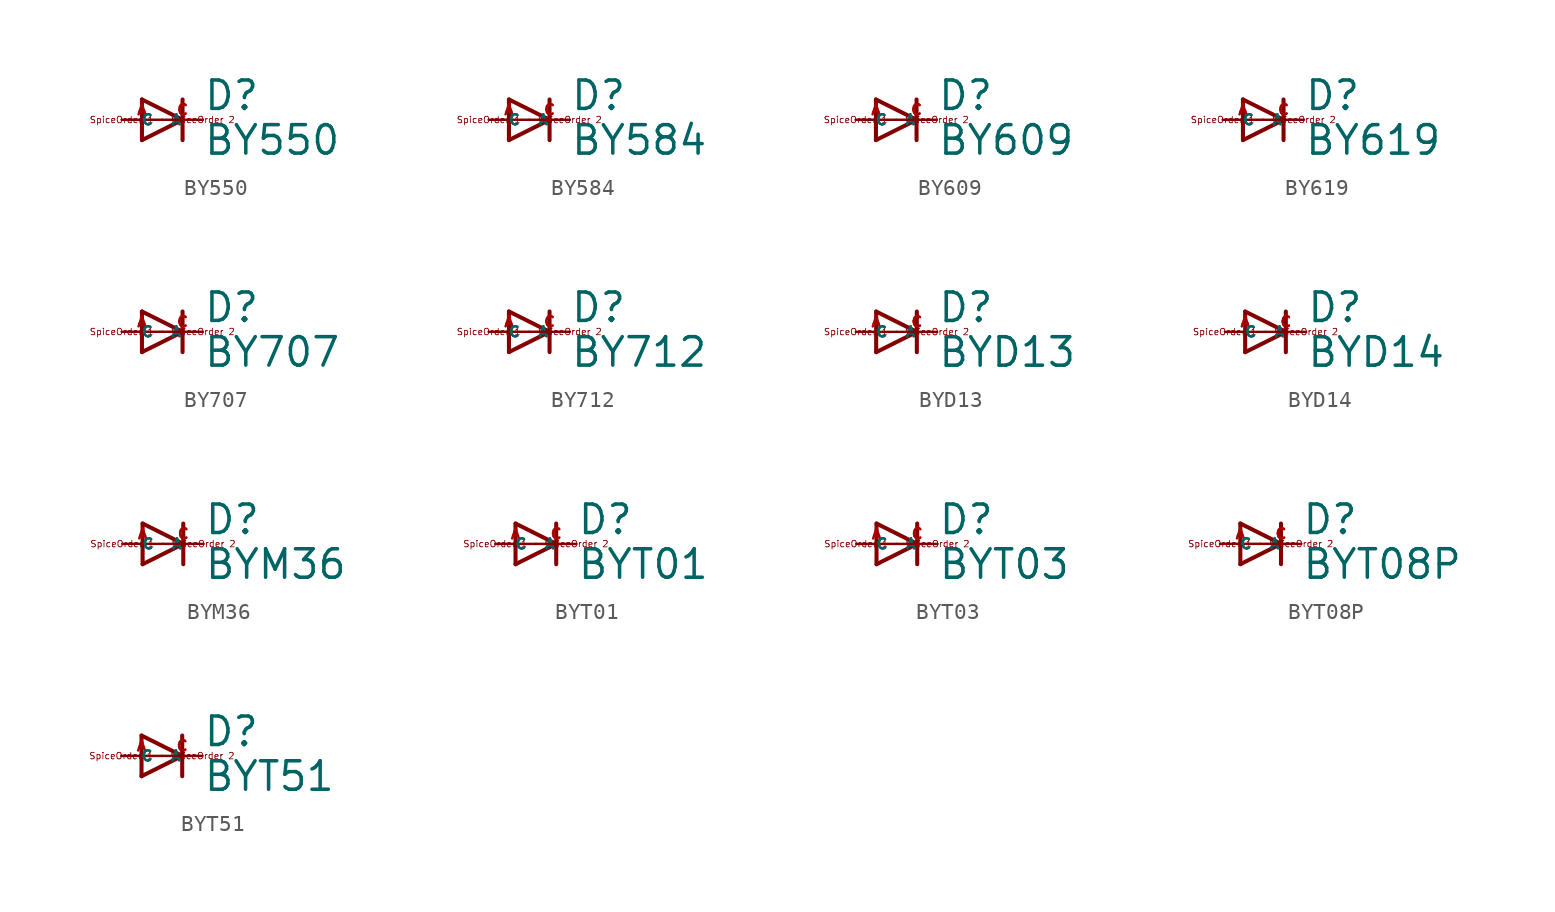
<source format=kicad_sym>
(kicad_symbol_lib
  (version 20220914)
  (generator Eagle2Kicad)
  (symbol "BY550"
    (property "Reference" "D"
      (at 2.54 0.483 0)
      (effects (font (size 1.778 1.778) (thickness 0.22)) (justify left bottom)))
    (property "Value" "BY550"
      (at 2.54 -2.311 0)
      (effects (font (size 1.778 1.778) (thickness 0.22)) (justify left bottom)))
    (polyline
      (pts (xy -1.27 -1.27) (xy 1.27 0))
      (stroke (width 0.254) (type default))
      (fill (type none)))
    (polyline
      (pts (xy 1.27 0) (xy -1.27 1.27))
      (stroke (width 0.254) (type default))
      (fill (type none)))
    (polyline
      (pts (xy 1.27 1.27) (xy 1.27 0))
      (stroke (width 0.254) (type default))
      (fill (type none)))
    (polyline
      (pts (xy -1.27 1.27) (xy -1.27 -1.27))
      (stroke (width 0.254) (type default))
      (fill (type none)))
    (polyline
      (pts (xy 1.27 0) (xy 1.27 -1.27))
      (stroke (width 0.254) (type default))
      (fill (type none)))
    (text "SpiceOrder 1"
      (at -2.54 0 0)
      (effects (font (size 0.406 0.406) (thickness 0.05))))
    (text "SpiceOrder 2"
      (at 2.54 0 0)
      (effects (font (size 0.406 0.406) (thickness 0.05))))
    (pin passive line
      (at -2.54 0 0)
      (length 2.54)
      (name "A" (effects (font (size 0.635 0.635) (thickness 0.08)) (justify left bottom)))
      (number "A" (effects (font (size 0.635 0.635) (thickness 0.08)) (justify left bottom))))
    (pin passive line
      (at 2.54 0 180)
      (length 2.54)
      (name "C" (effects (font (size 0.635 0.635) (thickness 0.08)) (justify left bottom)))
      (number "C" (effects (font (size 0.635 0.635) (thickness 0.08)) (justify left bottom)))))
  (symbol "BY584"
    (property "Reference" "D"
      (at 2.54 0.483 0)
      (effects (font (size 1.778 1.778) (thickness 0.22)) (justify left bottom)))
    (property "Value" "BY584"
      (at 2.54 -2.311 0)
      (effects (font (size 1.778 1.778) (thickness 0.22)) (justify left bottom)))
    (polyline
      (pts (xy -1.27 -1.27) (xy 1.27 0))
      (stroke (width 0.254) (type default))
      (fill (type none)))
    (polyline
      (pts (xy 1.27 0) (xy -1.27 1.27))
      (stroke (width 0.254) (type default))
      (fill (type none)))
    (polyline
      (pts (xy 1.27 1.27) (xy 1.27 0))
      (stroke (width 0.254) (type default))
      (fill (type none)))
    (polyline
      (pts (xy -1.27 1.27) (xy -1.27 -1.27))
      (stroke (width 0.254) (type default))
      (fill (type none)))
    (polyline
      (pts (xy 1.27 0) (xy 1.27 -1.27))
      (stroke (width 0.254) (type default))
      (fill (type none)))
    (text "SpiceOrder 1"
      (at -2.54 0 0)
      (effects (font (size 0.406 0.406) (thickness 0.05))))
    (text "SpiceOrder 2"
      (at 2.54 0 0)
      (effects (font (size 0.406 0.406) (thickness 0.05))))
    (pin passive line
      (at -2.54 0 0)
      (length 2.54)
      (name "A" (effects (font (size 0.635 0.635) (thickness 0.08)) (justify left bottom)))
      (number "A" (effects (font (size 0.635 0.635) (thickness 0.08)) (justify left bottom))))
    (pin passive line
      (at 2.54 0 180)
      (length 2.54)
      (name "C" (effects (font (size 0.635 0.635) (thickness 0.08)) (justify left bottom)))
      (number "C" (effects (font (size 0.635 0.635) (thickness 0.08)) (justify left bottom)))))
  (symbol "BY609"
    (property "Reference" "D"
      (at 2.54 0.483 0)
      (effects (font (size 1.778 1.778) (thickness 0.22)) (justify left bottom)))
    (property "Value" "BY609"
      (at 2.54 -2.311 0)
      (effects (font (size 1.778 1.778) (thickness 0.22)) (justify left bottom)))
    (polyline
      (pts (xy -1.27 -1.27) (xy 1.27 0))
      (stroke (width 0.254) (type default))
      (fill (type none)))
    (polyline
      (pts (xy 1.27 0) (xy -1.27 1.27))
      (stroke (width 0.254) (type default))
      (fill (type none)))
    (polyline
      (pts (xy 1.27 1.27) (xy 1.27 0))
      (stroke (width 0.254) (type default))
      (fill (type none)))
    (polyline
      (pts (xy -1.27 1.27) (xy -1.27 -1.27))
      (stroke (width 0.254) (type default))
      (fill (type none)))
    (polyline
      (pts (xy 1.27 0) (xy 1.27 -1.27))
      (stroke (width 0.254) (type default))
      (fill (type none)))
    (text "SpiceOrder 1"
      (at -2.54 0 0)
      (effects (font (size 0.406 0.406) (thickness 0.05))))
    (text "SpiceOrder 2"
      (at 2.54 0 0)
      (effects (font (size 0.406 0.406) (thickness 0.05))))
    (pin passive line
      (at -2.54 0 0)
      (length 2.54)
      (name "A" (effects (font (size 0.635 0.635) (thickness 0.08)) (justify left bottom)))
      (number "A" (effects (font (size 0.635 0.635) (thickness 0.08)) (justify left bottom))))
    (pin passive line
      (at 2.54 0 180)
      (length 2.54)
      (name "C" (effects (font (size 0.635 0.635) (thickness 0.08)) (justify left bottom)))
      (number "C" (effects (font (size 0.635 0.635) (thickness 0.08)) (justify left bottom)))))
  (symbol "BY619"
    (property "Reference" "D"
      (at 2.54 0.483 0)
      (effects (font (size 1.778 1.778) (thickness 0.22)) (justify left bottom)))
    (property "Value" "BY619"
      (at 2.54 -2.311 0)
      (effects (font (size 1.778 1.778) (thickness 0.22)) (justify left bottom)))
    (polyline
      (pts (xy -1.27 -1.27) (xy 1.27 0))
      (stroke (width 0.254) (type default))
      (fill (type none)))
    (polyline
      (pts (xy 1.27 0) (xy -1.27 1.27))
      (stroke (width 0.254) (type default))
      (fill (type none)))
    (polyline
      (pts (xy 1.27 1.27) (xy 1.27 0))
      (stroke (width 0.254) (type default))
      (fill (type none)))
    (polyline
      (pts (xy -1.27 1.27) (xy -1.27 -1.27))
      (stroke (width 0.254) (type default))
      (fill (type none)))
    (polyline
      (pts (xy 1.27 0) (xy 1.27 -1.27))
      (stroke (width 0.254) (type default))
      (fill (type none)))
    (text "SpiceOrder 1"
      (at -2.54 0 0)
      (effects (font (size 0.406 0.406) (thickness 0.05))))
    (text "SpiceOrder 2"
      (at 2.54 0 0)
      (effects (font (size 0.406 0.406) (thickness 0.05))))
    (pin passive line
      (at -2.54 0 0)
      (length 2.54)
      (name "A" (effects (font (size 0.635 0.635) (thickness 0.08)) (justify left bottom)))
      (number "A" (effects (font (size 0.635 0.635) (thickness 0.08)) (justify left bottom))))
    (pin passive line
      (at 2.54 0 180)
      (length 2.54)
      (name "C" (effects (font (size 0.635 0.635) (thickness 0.08)) (justify left bottom)))
      (number "C" (effects (font (size 0.635 0.635) (thickness 0.08)) (justify left bottom)))))
  (symbol "BY707"
    (property "Reference" "D"
      (at 2.54 0.483 0)
      (effects (font (size 1.778 1.778) (thickness 0.22)) (justify left bottom)))
    (property "Value" "BY707"
      (at 2.54 -2.311 0)
      (effects (font (size 1.778 1.778) (thickness 0.22)) (justify left bottom)))
    (polyline
      (pts (xy -1.27 -1.27) (xy 1.27 0))
      (stroke (width 0.254) (type default))
      (fill (type none)))
    (polyline
      (pts (xy 1.27 0) (xy -1.27 1.27))
      (stroke (width 0.254) (type default))
      (fill (type none)))
    (polyline
      (pts (xy 1.27 1.27) (xy 1.27 0))
      (stroke (width 0.254) (type default))
      (fill (type none)))
    (polyline
      (pts (xy -1.27 1.27) (xy -1.27 -1.27))
      (stroke (width 0.254) (type default))
      (fill (type none)))
    (polyline
      (pts (xy 1.27 0) (xy 1.27 -1.27))
      (stroke (width 0.254) (type default))
      (fill (type none)))
    (text "SpiceOrder 1"
      (at -2.54 0 0)
      (effects (font (size 0.406 0.406) (thickness 0.05))))
    (text "SpiceOrder 2"
      (at 2.54 0 0)
      (effects (font (size 0.406 0.406) (thickness 0.05))))
    (pin passive line
      (at -2.54 0 0)
      (length 2.54)
      (name "A" (effects (font (size 0.635 0.635) (thickness 0.08)) (justify left bottom)))
      (number "A" (effects (font (size 0.635 0.635) (thickness 0.08)) (justify left bottom))))
    (pin passive line
      (at 2.54 0 180)
      (length 2.54)
      (name "C" (effects (font (size 0.635 0.635) (thickness 0.08)) (justify left bottom)))
      (number "C" (effects (font (size 0.635 0.635) (thickness 0.08)) (justify left bottom)))))
  (symbol "BY712"
    (property "Reference" "D"
      (at 2.54 0.483 0)
      (effects (font (size 1.778 1.778) (thickness 0.22)) (justify left bottom)))
    (property "Value" "BY712"
      (at 2.54 -2.311 0)
      (effects (font (size 1.778 1.778) (thickness 0.22)) (justify left bottom)))
    (polyline
      (pts (xy -1.27 -1.27) (xy 1.27 0))
      (stroke (width 0.254) (type default))
      (fill (type none)))
    (polyline
      (pts (xy 1.27 0) (xy -1.27 1.27))
      (stroke (width 0.254) (type default))
      (fill (type none)))
    (polyline
      (pts (xy 1.27 1.27) (xy 1.27 0))
      (stroke (width 0.254) (type default))
      (fill (type none)))
    (polyline
      (pts (xy -1.27 1.27) (xy -1.27 -1.27))
      (stroke (width 0.254) (type default))
      (fill (type none)))
    (polyline
      (pts (xy 1.27 0) (xy 1.27 -1.27))
      (stroke (width 0.254) (type default))
      (fill (type none)))
    (text "SpiceOrder 1"
      (at -2.54 0 0)
      (effects (font (size 0.406 0.406) (thickness 0.05))))
    (text "SpiceOrder 2"
      (at 2.54 0 0)
      (effects (font (size 0.406 0.406) (thickness 0.05))))
    (pin passive line
      (at -2.54 0 0)
      (length 2.54)
      (name "A" (effects (font (size 0.635 0.635) (thickness 0.08)) (justify left bottom)))
      (number "A" (effects (font (size 0.635 0.635) (thickness 0.08)) (justify left bottom))))
    (pin passive line
      (at 2.54 0 180)
      (length 2.54)
      (name "C" (effects (font (size 0.635 0.635) (thickness 0.08)) (justify left bottom)))
      (number "C" (effects (font (size 0.635 0.635) (thickness 0.08)) (justify left bottom)))))
  (symbol "BYD13"
    (property "Reference" "D"
      (at 2.54 0.483 0)
      (effects (font (size 1.778 1.778) (thickness 0.22)) (justify left bottom)))
    (property "Value" "BYD13"
      (at 2.54 -2.311 0)
      (effects (font (size 1.778 1.778) (thickness 0.22)) (justify left bottom)))
    (polyline
      (pts (xy -1.27 -1.27) (xy 1.27 0))
      (stroke (width 0.254) (type default))
      (fill (type none)))
    (polyline
      (pts (xy 1.27 0) (xy -1.27 1.27))
      (stroke (width 0.254) (type default))
      (fill (type none)))
    (polyline
      (pts (xy 1.27 1.27) (xy 1.27 0))
      (stroke (width 0.254) (type default))
      (fill (type none)))
    (polyline
      (pts (xy -1.27 1.27) (xy -1.27 -1.27))
      (stroke (width 0.254) (type default))
      (fill (type none)))
    (polyline
      (pts (xy 1.27 0) (xy 1.27 -1.27))
      (stroke (width 0.254) (type default))
      (fill (type none)))
    (text "SpiceOrder 1"
      (at -2.54 0 0)
      (effects (font (size 0.406 0.406) (thickness 0.05))))
    (text "SpiceOrder 2"
      (at 2.54 0 0)
      (effects (font (size 0.406 0.406) (thickness 0.05))))
    (pin passive line
      (at -2.54 0 0)
      (length 2.54)
      (name "A" (effects (font (size 0.635 0.635) (thickness 0.08)) (justify left bottom)))
      (number "A" (effects (font (size 0.635 0.635) (thickness 0.08)) (justify left bottom))))
    (pin passive line
      (at 2.54 0 180)
      (length 2.54)
      (name "C" (effects (font (size 0.635 0.635) (thickness 0.08)) (justify left bottom)))
      (number "C" (effects (font (size 0.635 0.635) (thickness 0.08)) (justify left bottom)))))
  (symbol "BYD14"
    (property "Reference" "D"
      (at 2.54 0.483 0)
      (effects (font (size 1.778 1.778) (thickness 0.22)) (justify left bottom)))
    (property "Value" "BYD14"
      (at 2.54 -2.311 0)
      (effects (font (size 1.778 1.778) (thickness 0.22)) (justify left bottom)))
    (polyline
      (pts (xy -1.27 -1.27) (xy 1.27 0))
      (stroke (width 0.254) (type default))
      (fill (type none)))
    (polyline
      (pts (xy 1.27 0) (xy -1.27 1.27))
      (stroke (width 0.254) (type default))
      (fill (type none)))
    (polyline
      (pts (xy 1.27 1.27) (xy 1.27 0))
      (stroke (width 0.254) (type default))
      (fill (type none)))
    (polyline
      (pts (xy -1.27 1.27) (xy -1.27 -1.27))
      (stroke (width 0.254) (type default))
      (fill (type none)))
    (polyline
      (pts (xy 1.27 0) (xy 1.27 -1.27))
      (stroke (width 0.254) (type default))
      (fill (type none)))
    (text "SpiceOrder 1"
      (at -2.54 0 0)
      (effects (font (size 0.406 0.406) (thickness 0.05))))
    (text "SpiceOrder 2"
      (at 2.54 0 0)
      (effects (font (size 0.406 0.406) (thickness 0.05))))
    (pin passive line
      (at -2.54 0 0)
      (length 2.54)
      (name "A" (effects (font (size 0.635 0.635) (thickness 0.08)) (justify left bottom)))
      (number "A" (effects (font (size 0.635 0.635) (thickness 0.08)) (justify left bottom))))
    (pin passive line
      (at 2.54 0 180)
      (length 2.54)
      (name "C" (effects (font (size 0.635 0.635) (thickness 0.08)) (justify left bottom)))
      (number "C" (effects (font (size 0.635 0.635) (thickness 0.08)) (justify left bottom)))))
  (symbol "BYM36"
    (property "Reference" "D"
      (at 2.54 0.483 0)
      (effects (font (size 1.778 1.778) (thickness 0.22)) (justify left bottom)))
    (property "Value" "BYM36"
      (at 2.54 -2.311 0)
      (effects (font (size 1.778 1.778) (thickness 0.22)) (justify left bottom)))
    (polyline
      (pts (xy -1.27 -1.27) (xy 1.27 0))
      (stroke (width 0.254) (type default))
      (fill (type none)))
    (polyline
      (pts (xy 1.27 0) (xy -1.27 1.27))
      (stroke (width 0.254) (type default))
      (fill (type none)))
    (polyline
      (pts (xy 1.27 1.27) (xy 1.27 0))
      (stroke (width 0.254) (type default))
      (fill (type none)))
    (polyline
      (pts (xy -1.27 1.27) (xy -1.27 -1.27))
      (stroke (width 0.254) (type default))
      (fill (type none)))
    (polyline
      (pts (xy 1.27 0) (xy 1.27 -1.27))
      (stroke (width 0.254) (type default))
      (fill (type none)))
    (text "SpiceOrder 1"
      (at -2.54 0 0)
      (effects (font (size 0.406 0.406) (thickness 0.05))))
    (text "SpiceOrder 2"
      (at 2.54 0 0)
      (effects (font (size 0.406 0.406) (thickness 0.05))))
    (pin passive line
      (at -2.54 0 0)
      (length 2.54)
      (name "A" (effects (font (size 0.635 0.635) (thickness 0.08)) (justify left bottom)))
      (number "A" (effects (font (size 0.635 0.635) (thickness 0.08)) (justify left bottom))))
    (pin passive line
      (at 2.54 0 180)
      (length 2.54)
      (name "C" (effects (font (size 0.635 0.635) (thickness 0.08)) (justify left bottom)))
      (number "C" (effects (font (size 0.635 0.635) (thickness 0.08)) (justify left bottom)))))
  (symbol "BYT01"
    (property "Reference" "D"
      (at 2.54 0.483 0)
      (effects (font (size 1.778 1.778) (thickness 0.22)) (justify left bottom)))
    (property "Value" "BYT01"
      (at 2.54 -2.311 0)
      (effects (font (size 1.778 1.778) (thickness 0.22)) (justify left bottom)))
    (polyline
      (pts (xy -1.27 -1.27) (xy 1.27 0))
      (stroke (width 0.254) (type default))
      (fill (type none)))
    (polyline
      (pts (xy 1.27 0) (xy -1.27 1.27))
      (stroke (width 0.254) (type default))
      (fill (type none)))
    (polyline
      (pts (xy 1.27 1.27) (xy 1.27 0))
      (stroke (width 0.254) (type default))
      (fill (type none)))
    (polyline
      (pts (xy -1.27 1.27) (xy -1.27 -1.27))
      (stroke (width 0.254) (type default))
      (fill (type none)))
    (polyline
      (pts (xy 1.27 0) (xy 1.27 -1.27))
      (stroke (width 0.254) (type default))
      (fill (type none)))
    (text "SpiceOrder 1"
      (at -2.54 0 0)
      (effects (font (size 0.406 0.406) (thickness 0.05))))
    (text "SpiceOrder 2"
      (at 2.54 0 0)
      (effects (font (size 0.406 0.406) (thickness 0.05))))
    (pin passive line
      (at -2.54 0 0)
      (length 2.54)
      (name "A" (effects (font (size 0.635 0.635) (thickness 0.08)) (justify left bottom)))
      (number "A" (effects (font (size 0.635 0.635) (thickness 0.08)) (justify left bottom))))
    (pin passive line
      (at 2.54 0 180)
      (length 2.54)
      (name "C" (effects (font (size 0.635 0.635) (thickness 0.08)) (justify left bottom)))
      (number "C" (effects (font (size 0.635 0.635) (thickness 0.08)) (justify left bottom)))))
  (symbol "BYT03"
    (property "Reference" "D"
      (at 2.54 0.483 0)
      (effects (font (size 1.778 1.778) (thickness 0.22)) (justify left bottom)))
    (property "Value" "BYT03"
      (at 2.54 -2.311 0)
      (effects (font (size 1.778 1.778) (thickness 0.22)) (justify left bottom)))
    (polyline
      (pts (xy -1.27 -1.27) (xy 1.27 0))
      (stroke (width 0.254) (type default))
      (fill (type none)))
    (polyline
      (pts (xy 1.27 0) (xy -1.27 1.27))
      (stroke (width 0.254) (type default))
      (fill (type none)))
    (polyline
      (pts (xy 1.27 1.27) (xy 1.27 0))
      (stroke (width 0.254) (type default))
      (fill (type none)))
    (polyline
      (pts (xy -1.27 1.27) (xy -1.27 -1.27))
      (stroke (width 0.254) (type default))
      (fill (type none)))
    (polyline
      (pts (xy 1.27 0) (xy 1.27 -1.27))
      (stroke (width 0.254) (type default))
      (fill (type none)))
    (text "SpiceOrder 1"
      (at -2.54 0 0)
      (effects (font (size 0.406 0.406) (thickness 0.05))))
    (text "SpiceOrder 2"
      (at 2.54 0 0)
      (effects (font (size 0.406 0.406) (thickness 0.05))))
    (pin passive line
      (at -2.54 0 0)
      (length 2.54)
      (name "A" (effects (font (size 0.635 0.635) (thickness 0.08)) (justify left bottom)))
      (number "A" (effects (font (size 0.635 0.635) (thickness 0.08)) (justify left bottom))))
    (pin passive line
      (at 2.54 0 180)
      (length 2.54)
      (name "C" (effects (font (size 0.635 0.635) (thickness 0.08)) (justify left bottom)))
      (number "C" (effects (font (size 0.635 0.635) (thickness 0.08)) (justify left bottom)))))
  (symbol "BYT08P"
    (property "Reference" "D"
      (at 2.54 0.483 0)
      (effects (font (size 1.778 1.778) (thickness 0.22)) (justify left bottom)))
    (property "Value" "BYT08P"
      (at 2.54 -2.311 0)
      (effects (font (size 1.778 1.778) (thickness 0.22)) (justify left bottom)))
    (polyline
      (pts (xy -1.27 -1.27) (xy 1.27 0))
      (stroke (width 0.254) (type default))
      (fill (type none)))
    (polyline
      (pts (xy 1.27 0) (xy -1.27 1.27))
      (stroke (width 0.254) (type default))
      (fill (type none)))
    (polyline
      (pts (xy 1.27 1.27) (xy 1.27 0))
      (stroke (width 0.254) (type default))
      (fill (type none)))
    (polyline
      (pts (xy -1.27 1.27) (xy -1.27 -1.27))
      (stroke (width 0.254) (type default))
      (fill (type none)))
    (polyline
      (pts (xy 1.27 0) (xy 1.27 -1.27))
      (stroke (width 0.254) (type default))
      (fill (type none)))
    (text "SpiceOrder 1"
      (at -2.54 0 0)
      (effects (font (size 0.406 0.406) (thickness 0.05))))
    (text "SpiceOrder 2"
      (at 2.54 0 0)
      (effects (font (size 0.406 0.406) (thickness 0.05))))
    (pin passive line
      (at -2.54 0 0)
      (length 2.54)
      (name "A" (effects (font (size 0.635 0.635) (thickness 0.08)) (justify left bottom)))
      (number "A" (effects (font (size 0.635 0.635) (thickness 0.08)) (justify left bottom))))
    (pin passive line
      (at 2.54 0 180)
      (length 2.54)
      (name "C" (effects (font (size 0.635 0.635) (thickness 0.08)) (justify left bottom)))
      (number "C" (effects (font (size 0.635 0.635) (thickness 0.08)) (justify left bottom)))))
  (symbol "BYT51"
    (property "Reference" "D"
      (at 2.54 0.483 0)
      (effects (font (size 1.778 1.778) (thickness 0.22)) (justify left bottom)))
    (property "Value" "BYT51"
      (at 2.54 -2.311 0)
      (effects (font (size 1.778 1.778) (thickness 0.22)) (justify left bottom)))
    (polyline
      (pts (xy -1.27 -1.27) (xy 1.27 0))
      (stroke (width 0.254) (type default))
      (fill (type none)))
    (polyline
      (pts (xy 1.27 0) (xy -1.27 1.27))
      (stroke (width 0.254) (type default))
      (fill (type none)))
    (polyline
      (pts (xy 1.27 1.27) (xy 1.27 0))
      (stroke (width 0.254) (type default))
      (fill (type none)))
    (polyline
      (pts (xy -1.27 1.27) (xy -1.27 -1.27))
      (stroke (width 0.254) (type default))
      (fill (type none)))
    (polyline
      (pts (xy 1.27 0) (xy 1.27 -1.27))
      (stroke (width 0.254) (type default))
      (fill (type none)))
    (text "SpiceOrder 1"
      (at -2.54 0 0)
      (effects (font (size 0.406 0.406) (thickness 0.05))))
    (text "SpiceOrder 2"
      (at 2.54 0 0)
      (effects (font (size 0.406 0.406) (thickness 0.05))))
    (pin passive line
      (at -2.54 0 0)
      (length 2.54)
      (name "A" (effects (font (size 0.635 0.635) (thickness 0.08)) (justify left bottom)))
      (number "A" (effects (font (size 0.635 0.635) (thickness 0.08)) (justify left bottom))))
    (pin passive line
      (at 2.54 0 180)
      (length 2.54)
      (name "C" (effects (font (size 0.635 0.635) (thickness 0.08)) (justify left bottom)))
      (number "C" (effects (font (size 0.635 0.635) (thickness 0.08)) (justify left bottom))))))
</source>
